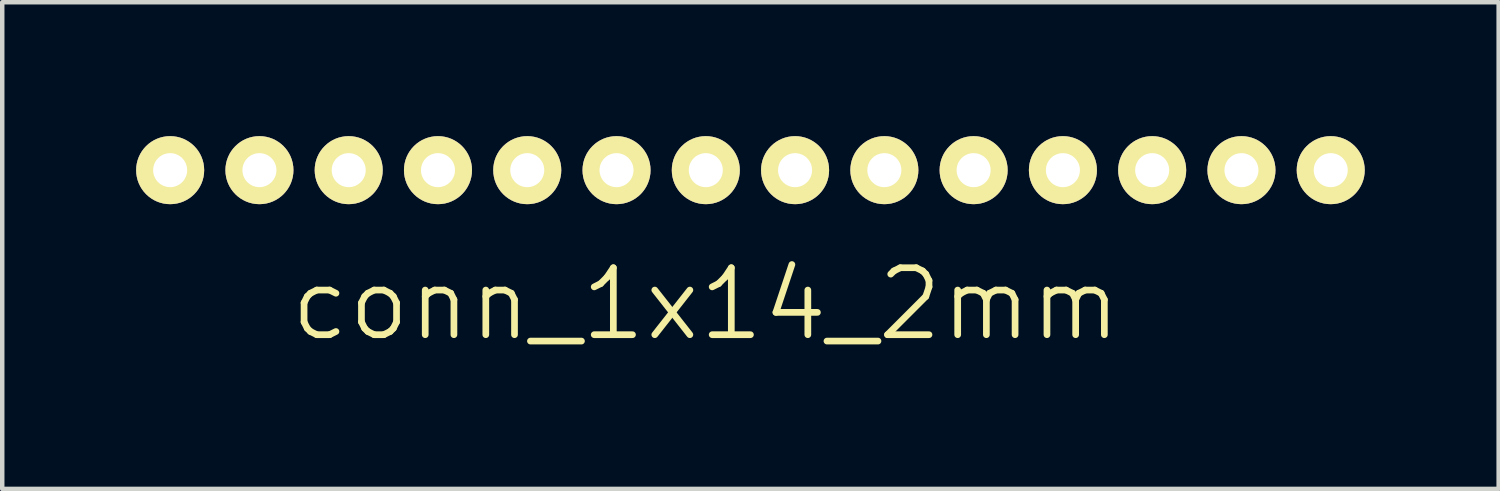
<source format=kicad_pcb>
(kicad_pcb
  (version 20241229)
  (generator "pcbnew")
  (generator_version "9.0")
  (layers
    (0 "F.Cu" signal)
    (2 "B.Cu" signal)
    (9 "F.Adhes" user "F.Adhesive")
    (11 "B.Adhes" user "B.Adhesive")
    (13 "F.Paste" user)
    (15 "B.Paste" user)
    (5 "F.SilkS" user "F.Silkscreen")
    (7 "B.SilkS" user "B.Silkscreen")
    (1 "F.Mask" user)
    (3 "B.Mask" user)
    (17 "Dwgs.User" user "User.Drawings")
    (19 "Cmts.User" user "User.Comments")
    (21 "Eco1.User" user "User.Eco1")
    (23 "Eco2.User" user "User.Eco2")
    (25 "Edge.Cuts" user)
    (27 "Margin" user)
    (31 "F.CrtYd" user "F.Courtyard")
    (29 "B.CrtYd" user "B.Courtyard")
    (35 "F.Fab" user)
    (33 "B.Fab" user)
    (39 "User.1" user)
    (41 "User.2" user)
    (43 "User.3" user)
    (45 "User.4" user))
  (footprint "conn_1x14_2mm"
    (layer "F.Cu")
    (at 13.762 0.762)
    (property "Reference" "conn_1x14_2mm" (at -1 3 0) (layer "F.SilkS") (effects (font (size 1.5 1.5) (thickness 0.15))))
    (attr through_hole)
    (pad "1" thru_hole circle (at -13 0) (size 1.524 1.524) (drill 0.762) (layers "*.Cu" "*.Mask" "F.SilkS"))
    (pad "2" thru_hole circle (at -11 0) (size 1.524 1.524) (drill 0.762) (layers "*.Cu" "*.Mask" "F.SilkS"))
    (pad "3" thru_hole circle (at -9 0) (size 1.524 1.524) (drill 0.762) (layers "*.Cu" "*.Mask" "F.SilkS"))
    (pad "4" thru_hole circle (at -7 0) (size 1.524 1.524) (drill 0.762) (layers "*.Cu" "*.Mask" "F.SilkS"))
    (pad "5" thru_hole circle (at -5 0) (size 1.524 1.524) (drill 0.762) (layers "*.Cu" "*.Mask" "F.SilkS"))
    (pad "6" thru_hole circle (at -3 0) (size 1.524 1.524) (drill 0.762) (layers "*.Cu" "*.Mask" "F.SilkS"))
    (pad "7" thru_hole circle (at -1 0) (size 1.524 1.524) (drill 0.762) (layers "*.Cu" "*.Mask" "F.SilkS"))
    (pad "8" thru_hole circle (at 1 0) (size 1.524 1.524) (drill 0.762) (layers "*.Cu" "*.Mask" "F.SilkS"))
    (pad "9" thru_hole circle (at 3 0) (size 1.524 1.524) (drill 0.762) (layers "*.Cu" "*.Mask" "F.SilkS"))
    (pad "10" thru_hole circle (at 5 0) (size 1.524 1.524) (drill 0.762) (layers "*.Cu" "*.Mask" "F.SilkS"))
    (pad "11" thru_hole circle (at 7 0) (size 1.524 1.524) (drill 0.762) (layers "*.Cu" "*.Mask" "F.SilkS"))
    (pad "12" thru_hole circle (at 9 0) (size 1.524 1.524) (drill 0.762) (layers "*.Cu" "*.Mask" "F.SilkS"))
    (pad "13" thru_hole circle (at 11 0) (size 1.524 1.524) (drill 0.762) (layers "*.Cu" "*.Mask" "F.SilkS"))
    (pad "14" thru_hole circle (at 13 0) (size 1.524 1.524) (drill 0.762) (layers "*.Cu" "*.Mask" "F.SilkS")))
  (gr_rect
    (start -3 -3)
    (end 30.524 7.903)
    (stroke (width 0.1) (type default))
    (fill no)
    (layer "Edge.Cuts")))
</source>
